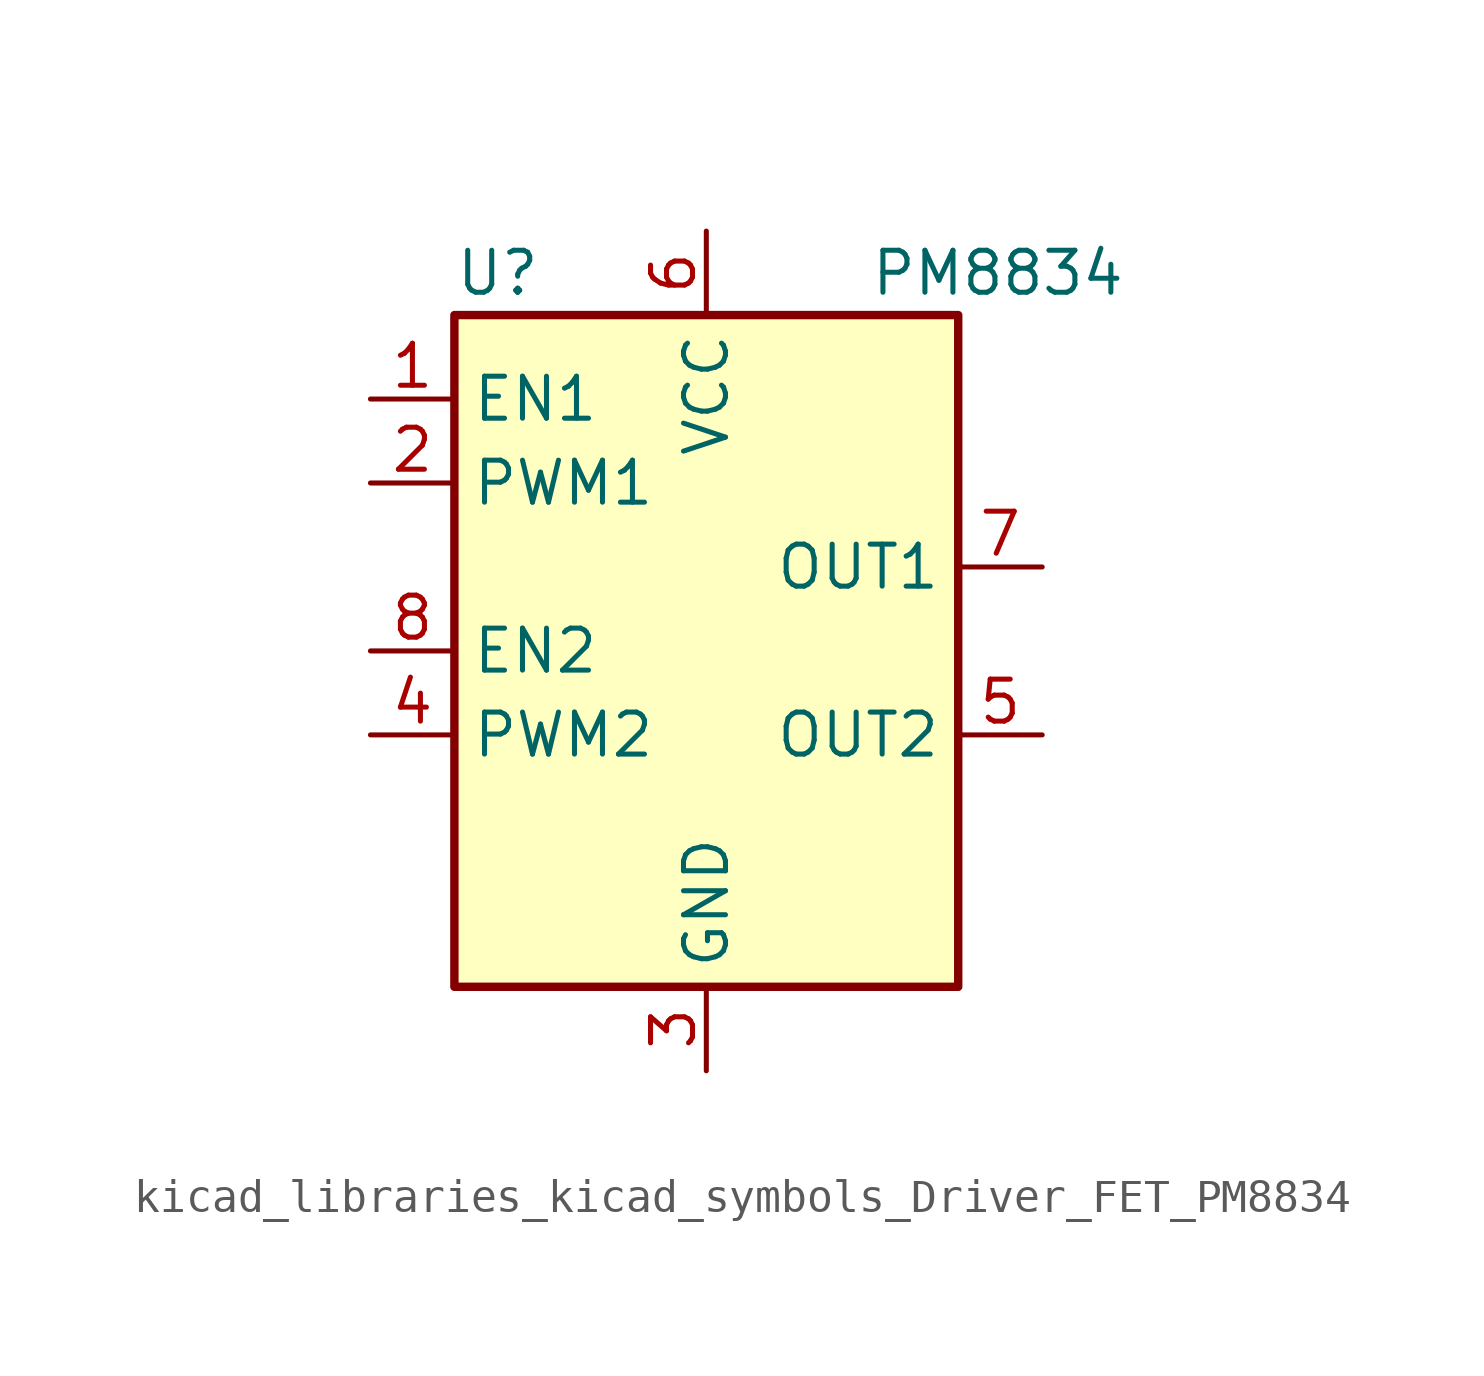
<source format=kicad_sym>
(kicad_symbol_lib
  (version 20220914)
  (generator kicad_symbol_editor)
  (symbol "kicad_libraries_kicad_symbols_Driver_FET_PM8834"
    (property "Reference" "U"
      (at -7.62 11.43 0)
      (effects (font (size 1.27 1.27)) (justify left)))
    (property "Value" "PM8834"
      (at 12.7 11.43 0)
      (effects (font (size 1.27 1.27)) (justify right)))
    (symbol "kicad_libraries_kicad_symbols_Driver_FET_PM8834_0_1"
      (rectangle (start -7.62 -10.16) (end 7.62 10.16) (stroke (width 0.254) (type default)) (fill (type background))))
    (symbol "kicad_libraries_kicad_symbols_Driver_FET_PM8834_1_1"
      (pin input line (at -10.16 7.62 0) (length 2.54) (name "EN1" (effects (font (size 1.27 1.27)))) (number "1" (effects (font (size 1.27 1.27)))))
      (pin input line (at -10.16 5.08 0) (length 2.54) (name "PWM1" (effects (font (size 1.27 1.27)))) (number "2" (effects (font (size 1.27 1.27)))))
      (pin power_in line (at 0 -12.7 90) (length 2.54) (name "GND" (effects (font (size 1.27 1.27)))) (number "3" (effects (font (size 1.27 1.27)))))
      (pin input line (at -10.16 -2.54 0) (length 2.54) (name "PWM2" (effects (font (size 1.27 1.27)))) (number "4" (effects (font (size 1.27 1.27)))))
      (pin output line (at 10.16 -2.54 180) (length 2.54) (name "OUT2" (effects (font (size 1.27 1.27)))) (number "5" (effects (font (size 1.27 1.27)))))
      (pin power_in line (at 0 12.7 270) (length 2.54) (name "VCC" (effects (font (size 1.27 1.27)))) (number "6" (effects (font (size 1.27 1.27)))))
      (pin output line (at 10.16 2.54 180) (length 2.54) (name "OUT1" (effects (font (size 1.27 1.27)))) (number "7" (effects (font (size 1.27 1.27)))))
      (pin input line (at -10.16 0 0) (length 2.54) (name "EN2" (effects (font (size 1.27 1.27)))) (number "8" (effects (font (size 1.27 1.27))))))))
</source>
